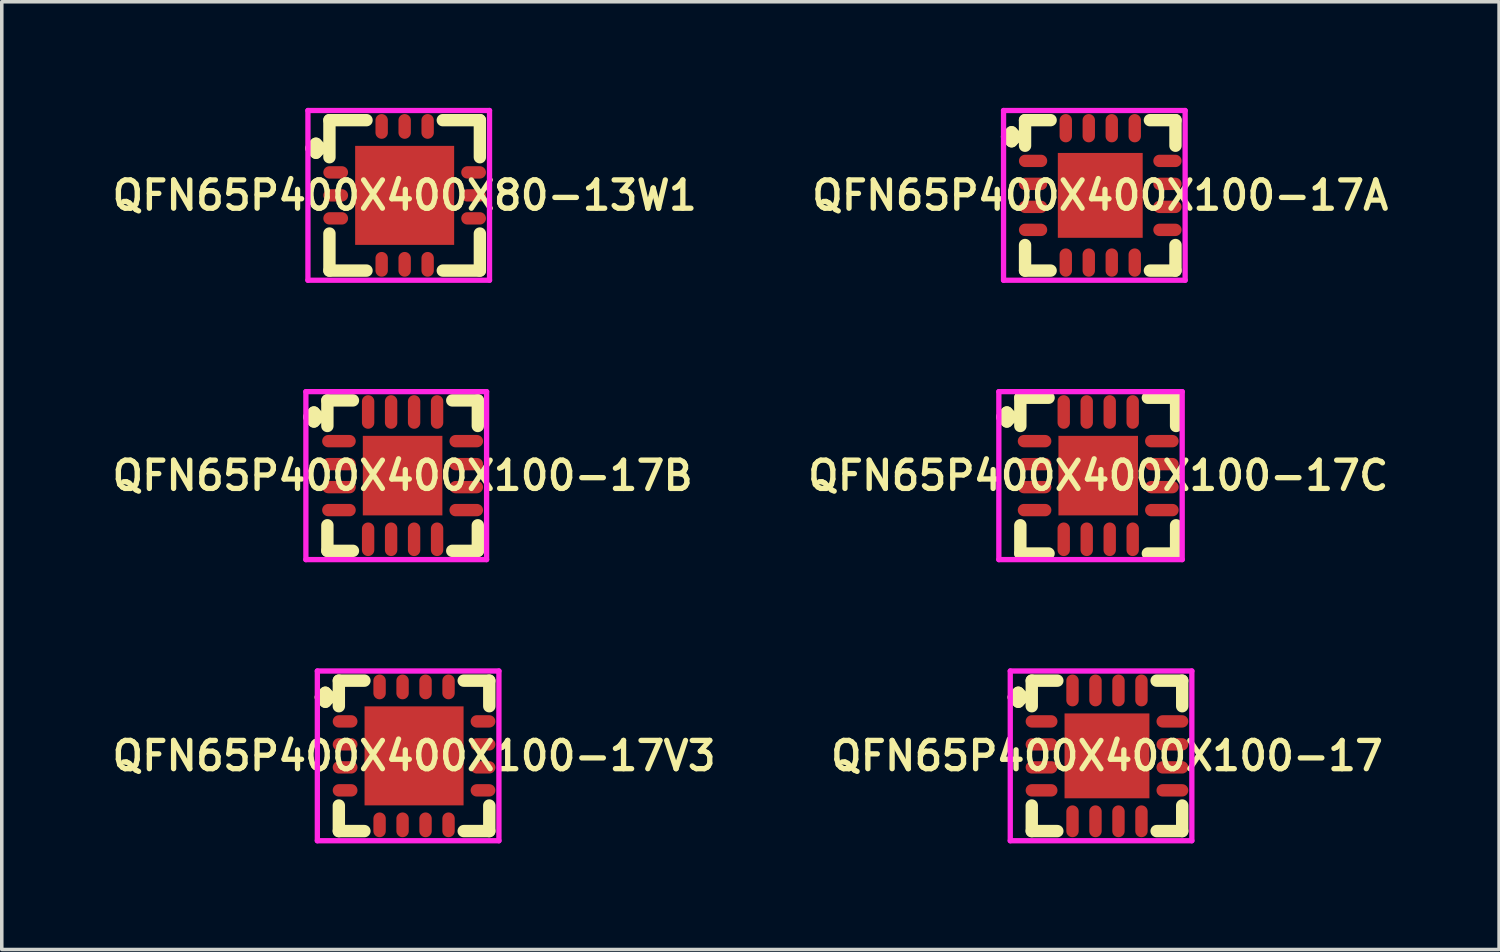
<source format=kicad_pcb>
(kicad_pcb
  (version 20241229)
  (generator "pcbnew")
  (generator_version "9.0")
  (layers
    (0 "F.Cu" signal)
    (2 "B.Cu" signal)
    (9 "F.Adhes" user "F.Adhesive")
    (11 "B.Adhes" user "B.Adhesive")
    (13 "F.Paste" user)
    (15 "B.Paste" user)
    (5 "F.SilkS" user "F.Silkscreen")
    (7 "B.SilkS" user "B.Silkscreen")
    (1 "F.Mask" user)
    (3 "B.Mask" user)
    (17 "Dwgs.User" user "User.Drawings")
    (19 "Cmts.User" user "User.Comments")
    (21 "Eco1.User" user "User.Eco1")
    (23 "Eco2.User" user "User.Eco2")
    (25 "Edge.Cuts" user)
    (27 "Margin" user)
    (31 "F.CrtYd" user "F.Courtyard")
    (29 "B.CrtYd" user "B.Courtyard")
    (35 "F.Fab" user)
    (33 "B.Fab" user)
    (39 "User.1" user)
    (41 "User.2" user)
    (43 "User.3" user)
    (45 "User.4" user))
  (footprint "QFN65P400X400X100-17A"
    (layer "F.Cu")
    (at 28.064 2.475)
    (property "Reference" "QFN65P400X400X100-17A" (at 0 0 0) (layer "F.SilkS") (effects (font (size 0.8 0.8) (thickness 0.15))))
    (attr through_hole)
    (fp_line (start -2.635 -1.658) (end -2.508 -1.785) (stroke (width 0.35) (type solid)) (layer "F.SilkS"))
    (fp_line (start -2.508 -1.785) (end -2.381 -1.658) (stroke (width 0.35) (type solid)) (layer "F.SilkS"))
    (fp_line (start -2.508 -1.531) (end -2.635 -1.658) (stroke (width 0.35) (type solid)) (layer "F.SilkS"))
    (fp_line (start -2.381 -1.658) (end -2.508 -1.531) (stroke (width 0.35) (type solid)) (layer "F.SilkS"))
    (fp_line (start -2.127 -2.127) (end -1.404 -2.127) (stroke (width 0.35) (type solid)) (layer "F.SilkS"))
    (fp_line (start -2.127 -1.404) (end -2.127 -2.127) (stroke (width 0.35) (type solid)) (layer "F.SilkS"))
    (fp_line (start -2.127 1.404) (end -2.127 2.127) (stroke (width 0.35) (type solid)) (layer "F.SilkS"))
    (fp_line (start -2.127 2.127) (end -1.404 2.127) (stroke (width 0.35) (type solid)) (layer "F.SilkS"))
    (fp_line (start 1.404 -2.127) (end 2.127 -2.127) (stroke (width 0.35) (type solid)) (layer "F.SilkS"))
    (fp_line (start 1.404 2.127) (end 2.127 2.127) (stroke (width 0.35) (type solid)) (layer "F.SilkS"))
    (fp_line (start 2.127 -2.127) (end 2.127 -1.404) (stroke (width 0.35) (type solid)) (layer "F.SilkS"))
    (fp_line (start 2.127 2.127) (end 2.127 1.404) (stroke (width 0.35) (type solid)) (layer "F.SilkS"))
    (fp_line (start -2.735 -2.4) (end 2.4 -2.4) (stroke (width 0.15) (type solid)) (layer "F.CrtYd"))
    (fp_line (start -2.735 2.4) (end -2.735 -2.4) (stroke (width 0.15) (type solid)) (layer "F.CrtYd"))
    (fp_line (start 2.4 -2.4) (end 2.4 2.4) (stroke (width 0.15) (type solid)) (layer "F.CrtYd"))
    (fp_line (start 2.4 2.4) (end -2.735 2.4) (stroke (width 0.15) (type solid)) (layer "F.CrtYd"))
    (pad "1" smd oval (at -1.9 -0.975) (size 0.8 0.35) (layers "F.Cu" "F.Mask" "F.Paste"))
    (pad "2" smd oval (at -1.9 -0.325) (size 0.8 0.35) (layers "F.Cu" "F.Mask" "F.Paste"))
    (pad "3" smd oval (at -1.9 0.325) (size 0.8 0.35) (layers "F.Cu" "F.Mask" "F.Paste"))
    (pad "4" smd oval (at -1.9 0.975) (size 0.8 0.35) (layers "F.Cu" "F.Mask" "F.Paste"))
    (pad "5" smd oval (at -0.975 1.9) (size 0.35 0.8) (layers "F.Cu" "F.Mask" "F.Paste"))
    (pad "6" smd oval (at -0.325 1.9) (size 0.35 0.8) (layers "F.Cu" "F.Mask" "F.Paste"))
    (pad "7" smd oval (at 0.325 1.9) (size 0.35 0.8) (layers "F.Cu" "F.Mask" "F.Paste"))
    (pad "8" smd oval (at 0.975 1.9) (size 0.35 0.8) (layers "F.Cu" "F.Mask" "F.Paste"))
    (pad "9" smd oval (at 1.9 0.975) (size 0.8 0.35) (layers "F.Cu" "F.Mask" "F.Paste"))
    (pad "10" smd oval (at 1.9 0.325) (size 0.8 0.35) (layers "F.Cu" "F.Mask" "F.Paste"))
    (pad "11" smd oval (at 1.9 -0.325) (size 0.8 0.35) (layers "F.Cu" "F.Mask" "F.Paste"))
    (pad "12" smd oval (at 1.9 -0.975) (size 0.8 0.35) (layers "F.Cu" "F.Mask" "F.Paste"))
    (pad "13" smd oval (at 0.975 -1.9) (size 0.35 0.8) (layers "F.Cu" "F.Mask" "F.Paste"))
    (pad "14" smd oval (at 0.325 -1.9) (size 0.35 0.8) (layers "F.Cu" "F.Mask" "F.Paste"))
    (pad "15" smd oval (at -0.325 -1.9) (size 0.35 0.8) (layers "F.Cu" "F.Mask" "F.Paste"))
    (pad "16" smd oval (at -0.975 -1.9) (size 0.35 0.8) (layers "F.Cu" "F.Mask" "F.Paste"))
    (pad "17" smd rect (at 0 0) (size 2.4 2.4) (layers "F.Cu" "F.Mask" "F.Paste")))
  (footprint "QFN65P400X400X100-17C"
    (layer "F.Cu")
    (at 28.006 10.4)
    (property "Reference" "QFN65P400X400X100-17C" (at 0 0 0) (layer "F.SilkS") (effects (font (size 0.8 0.8) (thickness 0.15))))
    (attr smd)
    (fp_line (start -2.71 -1.658) (end -2.583 -1.785) (stroke (width 0.35) (type solid)) (layer "F.SilkS"))
    (fp_line (start -2.583 -1.785) (end -2.456 -1.658) (stroke (width 0.35) (type solid)) (layer "F.SilkS"))
    (fp_line (start -2.583 -1.531) (end -2.71 -1.658) (stroke (width 0.35) (type solid)) (layer "F.SilkS"))
    (fp_line (start -2.456 -1.658) (end -2.583 -1.531) (stroke (width 0.35) (type solid)) (layer "F.SilkS"))
    (fp_line (start -2.202 -2.202) (end -1.404 -2.202) (stroke (width 0.35) (type solid)) (layer "F.SilkS"))
    (fp_line (start -2.202 -1.404) (end -2.202 -2.202) (stroke (width 0.35) (type solid)) (layer "F.SilkS"))
    (fp_line (start -2.202 1.404) (end -2.202 2.202) (stroke (width 0.35) (type solid)) (layer "F.SilkS"))
    (fp_line (start -2.202 2.202) (end -1.404 2.202) (stroke (width 0.35) (type solid)) (layer "F.SilkS"))
    (fp_line (start 1.404 -2.202) (end 2.202 -2.202) (stroke (width 0.35) (type solid)) (layer "F.SilkS"))
    (fp_line (start 1.404 2.202) (end 2.202 2.202) (stroke (width 0.35) (type solid)) (layer "F.SilkS"))
    (fp_line (start 2.202 -2.202) (end 2.202 -1.404) (stroke (width 0.35) (type solid)) (layer "F.SilkS"))
    (fp_line (start 2.202 2.202) (end 2.202 1.404) (stroke (width 0.35) (type solid)) (layer "F.SilkS"))
    (fp_line (start -2.81 -2.375) (end 2.375 -2.375) (stroke (width 0.15) (type solid)) (layer "F.CrtYd"))
    (fp_line (start -2.81 2.375) (end -2.81 -2.375) (stroke (width 0.15) (type solid)) (layer "F.CrtYd"))
    (fp_line (start 2.375 -2.375) (end 2.375 2.375) (stroke (width 0.15) (type solid)) (layer "F.CrtYd"))
    (fp_line (start 2.375 2.375) (end -2.81 2.375) (stroke (width 0.15) (type solid)) (layer "F.CrtYd"))
    (pad "1" smd oval (at -1.8 -0.975) (size 0.95 0.35) (layers "F.Cu" "F.Mask" "F.Paste"))
    (pad "2" smd oval (at -1.8 -0.325) (size 0.95 0.35) (layers "F.Cu" "F.Mask" "F.Paste"))
    (pad "3" smd oval (at -1.8 0.325) (size 0.95 0.35) (layers "F.Cu" "F.Mask" "F.Paste"))
    (pad "4" smd oval (at -1.8 0.975) (size 0.95 0.35) (layers "F.Cu" "F.Mask" "F.Paste"))
    (pad "5" smd oval (at -0.975 1.8) (size 0.35 0.95) (layers "F.Cu" "F.Mask" "F.Paste"))
    (pad "6" smd oval (at -0.325 1.8) (size 0.35 0.95) (layers "F.Cu" "F.Mask" "F.Paste"))
    (pad "7" smd oval (at 0.325 1.8) (size 0.35 0.95) (layers "F.Cu" "F.Mask" "F.Paste"))
    (pad "8" smd oval (at 0.975 1.8) (size 0.35 0.95) (layers "F.Cu" "F.Mask" "F.Paste"))
    (pad "9" smd oval (at 1.8 0.975) (size 0.95 0.35) (layers "F.Cu" "F.Mask" "F.Paste"))
    (pad "10" smd oval (at 1.8 0.325) (size 0.95 0.35) (layers "F.Cu" "F.Mask" "F.Paste"))
    (pad "11" smd oval (at 1.8 -0.325) (size 0.95 0.35) (layers "F.Cu" "F.Mask" "F.Paste"))
    (pad "12" smd oval (at 1.8 -0.975) (size 0.95 0.35) (layers "F.Cu" "F.Mask" "F.Paste"))
    (pad "13" smd oval (at 0.975 -1.8) (size 0.35 0.95) (layers "F.Cu" "F.Mask" "F.Paste"))
    (pad "14" smd oval (at 0.325 -1.8) (size 0.35 0.95) (layers "F.Cu" "F.Mask" "F.Paste"))
    (pad "15" smd oval (at -0.325 -1.8) (size 0.35 0.95) (layers "F.Cu" "F.Mask" "F.Paste"))
    (pad "16" smd oval (at -0.975 -1.8) (size 0.35 0.95) (layers "F.Cu" "F.Mask" "F.Paste"))
    (pad "17" smd rect (at 0 0) (size 2.25 2.25) (layers "F.Cu" "F.Mask" "F.Paste")))
  (footprint "QFN65P400X400X100-17V3"
    (layer "F.Cu")
    (at 8.659 18.325)
    (property "Reference" "QFN65P400X400X100-17V3" (at 0 0 0) (layer "F.SilkS") (effects (font (size 0.8 0.8) (thickness 0.15))))
    (attr through_hole)
    (fp_line (start -2.635 -1.658) (end -2.508 -1.785) (stroke (width 0.35) (type solid)) (layer "F.SilkS"))
    (fp_line (start -2.508 -1.785) (end -2.381 -1.658) (stroke (width 0.35) (type solid)) (layer "F.SilkS"))
    (fp_line (start -2.508 -1.531) (end -2.635 -1.658) (stroke (width 0.35) (type solid)) (layer "F.SilkS"))
    (fp_line (start -2.381 -1.658) (end -2.508 -1.531) (stroke (width 0.35) (type solid)) (layer "F.SilkS"))
    (fp_line (start -2.127 -2.127) (end -1.404 -2.127) (stroke (width 0.35) (type solid)) (layer "F.SilkS"))
    (fp_line (start -2.127 -1.404) (end -2.127 -2.127) (stroke (width 0.35) (type solid)) (layer "F.SilkS"))
    (fp_line (start -2.127 1.404) (end -2.127 2.127) (stroke (width 0.35) (type solid)) (layer "F.SilkS"))
    (fp_line (start -2.127 2.127) (end -1.404 2.127) (stroke (width 0.35) (type solid)) (layer "F.SilkS"))
    (fp_line (start 1.404 -2.127) (end 2.127 -2.127) (stroke (width 0.35) (type solid)) (layer "F.SilkS"))
    (fp_line (start 1.404 2.127) (end 2.127 2.127) (stroke (width 0.35) (type solid)) (layer "F.SilkS"))
    (fp_line (start 2.127 -2.127) (end 2.127 -1.404) (stroke (width 0.35) (type solid)) (layer "F.SilkS"))
    (fp_line (start 2.127 2.127) (end 2.127 1.404) (stroke (width 0.35) (type solid)) (layer "F.SilkS"))
    (fp_line (start -2.735 -2.4) (end 2.4 -2.4) (stroke (width 0.15) (type solid)) (layer "F.CrtYd"))
    (fp_line (start -2.735 2.4) (end -2.735 -2.4) (stroke (width 0.15) (type solid)) (layer "F.CrtYd"))
    (fp_line (start 2.4 -2.4) (end 2.4 2.4) (stroke (width 0.15) (type solid)) (layer "F.CrtYd"))
    (fp_line (start 2.4 2.4) (end -2.735 2.4) (stroke (width 0.15) (type solid)) (layer "F.CrtYd"))
    (pad "1" smd oval (at -1.95 -0.975) (size 0.7 0.35) (layers "F.Cu" "F.Mask" "F.Paste"))
    (pad "2" smd oval (at -1.95 -0.325) (size 0.7 0.35) (layers "F.Cu" "F.Mask" "F.Paste"))
    (pad "3" smd oval (at -1.95 0.325) (size 0.7 0.35) (layers "F.Cu" "F.Mask" "F.Paste"))
    (pad "4" smd oval (at -1.95 0.975) (size 0.7 0.35) (layers "F.Cu" "F.Mask" "F.Paste"))
    (pad "5" smd oval (at -0.975 1.95) (size 0.35 0.7) (layers "F.Cu" "F.Mask" "F.Paste"))
    (pad "6" smd oval (at -0.325 1.95) (size 0.35 0.7) (layers "F.Cu" "F.Mask" "F.Paste"))
    (pad "7" smd oval (at 0.325 1.95) (size 0.35 0.7) (layers "F.Cu" "F.Mask" "F.Paste"))
    (pad "8" smd oval (at 0.975 1.95) (size 0.35 0.7) (layers "F.Cu" "F.Mask" "F.Paste"))
    (pad "9" smd oval (at 1.95 0.975) (size 0.7 0.35) (layers "F.Cu" "F.Mask" "F.Paste"))
    (pad "10" smd oval (at 1.95 0.325) (size 0.7 0.35) (layers "F.Cu" "F.Mask" "F.Paste"))
    (pad "11" smd oval (at 1.95 -0.325) (size 0.7 0.35) (layers "F.Cu" "F.Mask" "F.Paste"))
    (pad "12" smd oval (at 1.95 -0.975) (size 0.7 0.35) (layers "F.Cu" "F.Mask" "F.Paste"))
    (pad "13" smd oval (at 0.975 -1.95) (size 0.35 0.7) (layers "F.Cu" "F.Mask" "F.Paste"))
    (pad "14" smd oval (at 0.325 -1.95) (size 0.35 0.7) (layers "F.Cu" "F.Mask" "F.Paste"))
    (pad "15" smd oval (at -0.325 -1.95) (size 0.35 0.7) (layers "F.Cu" "F.Mask" "F.Paste"))
    (pad "16" smd oval (at -0.975 -1.95) (size 0.35 0.7) (layers "F.Cu" "F.Mask" "F.Paste"))
    (pad "17" smd rect (at 0 0) (size 2.8 2.8) (layers "F.Cu" "F.Mask" "F.Paste")))
  (footprint "QFN65P400X400X80-13W1"
    (layer "F.Cu")
    (at 8.393 2.475)
    (property "Reference" "QFN65P400X400X80-13W1" (at 0 0 0) (layer "F.SilkS") (effects (font (size 0.8 0.8) (thickness 0.15))))
    (attr smd)
    (fp_line (start -2.635 -1.333) (end -2.508 -1.46) (stroke (width 0.35) (type solid)) (layer "F.SilkS"))
    (fp_line (start -2.508 -1.46) (end -2.381 -1.333) (stroke (width 0.35) (type solid)) (layer "F.SilkS"))
    (fp_line (start -2.508 -1.206) (end -2.635 -1.333) (stroke (width 0.35) (type solid)) (layer "F.SilkS"))
    (fp_line (start -2.381 -1.333) (end -2.508 -1.206) (stroke (width 0.35) (type solid)) (layer "F.SilkS"))
    (fp_line (start -2.127 -2.127) (end -1.079 -2.127) (stroke (width 0.35) (type solid)) (layer "F.SilkS"))
    (fp_line (start -2.127 -1.079) (end -2.127 -2.127) (stroke (width 0.35) (type solid)) (layer "F.SilkS"))
    (fp_line (start -2.127 1.079) (end -2.127 2.127) (stroke (width 0.35) (type solid)) (layer "F.SilkS"))
    (fp_line (start -2.127 2.127) (end -1.079 2.127) (stroke (width 0.35) (type solid)) (layer "F.SilkS"))
    (fp_line (start 1.079 -2.127) (end 2.127 -2.127) (stroke (width 0.35) (type solid)) (layer "F.SilkS"))
    (fp_line (start 1.079 2.127) (end 2.127 2.127) (stroke (width 0.35) (type solid)) (layer "F.SilkS"))
    (fp_line (start 2.127 -2.127) (end 2.127 -1.079) (stroke (width 0.35) (type solid)) (layer "F.SilkS"))
    (fp_line (start 2.127 2.127) (end 2.127 1.079) (stroke (width 0.35) (type solid)) (layer "F.SilkS"))
    (fp_line (start -2.735 -2.4) (end 2.4 -2.4) (stroke (width 0.15) (type solid)) (layer "F.CrtYd"))
    (fp_line (start -2.735 2.4) (end -2.735 -2.4) (stroke (width 0.15) (type solid)) (layer "F.CrtYd"))
    (fp_line (start 2.4 -2.4) (end 2.4 2.4) (stroke (width 0.15) (type solid)) (layer "F.CrtYd"))
    (fp_line (start 2.4 2.4) (end -2.735 2.4) (stroke (width 0.15) (type solid)) (layer "F.CrtYd"))
    (pad "1" smd oval (at -1.95 -0.65) (size 0.7 0.35) (layers "F.Cu" "F.Mask" "F.Paste"))
    (pad "2" smd oval (at -1.95 0) (size 0.7 0.35) (layers "F.Cu" "F.Mask" "F.Paste"))
    (pad "3" smd oval (at -1.95 0.65) (size 0.7 0.35) (layers "F.Cu" "F.Mask" "F.Paste"))
    (pad "4" smd oval (at -0.65 1.95) (size 0.35 0.7) (layers "F.Cu" "F.Mask" "F.Paste"))
    (pad "5" smd oval (at 0 1.95) (size 0.35 0.7) (layers "F.Cu" "F.Mask" "F.Paste"))
    (pad "6" smd oval (at 0.65 1.95) (size 0.35 0.7) (layers "F.Cu" "F.Mask" "F.Paste"))
    (pad "7" smd oval (at 1.95 0.65) (size 0.7 0.35) (layers "F.Cu" "F.Mask" "F.Paste"))
    (pad "8" smd oval (at 1.95 0) (size 0.7 0.35) (layers "F.Cu" "F.Mask" "F.Paste"))
    (pad "9" smd oval (at 1.95 -0.65) (size 0.7 0.35) (layers "F.Cu" "F.Mask" "F.Paste"))
    (pad "10" smd oval (at 0.65 -1.95) (size 0.35 0.7) (layers "F.Cu" "F.Mask" "F.Paste"))
    (pad "11" smd oval (at 0 -1.95) (size 0.35 0.7) (layers "F.Cu" "F.Mask" "F.Paste"))
    (pad "12" smd oval (at -0.65 -1.95) (size 0.35 0.7) (layers "F.Cu" "F.Mask" "F.Paste"))
    (pad "13" smd rect (at 0 0) (size 2.8 2.8) (layers "F.Cu" "F.Mask" "F.Paste")))
  (footprint "QFN65P400X400X100-17B"
    (layer "F.Cu")
    (at 8.335 10.4)
    (property "Reference" "QFN65P400X400X100-17B" (at 0 0 0) (layer "F.SilkS") (effects (font (size 0.8 0.8) (thickness 0.15))))
    (attr smd)
    (fp_line (start -2.635 -1.658) (end -2.508 -1.785) (stroke (width 0.35) (type solid)) (layer "F.SilkS"))
    (fp_line (start -2.508 -1.785) (end -2.381 -1.658) (stroke (width 0.35) (type solid)) (layer "F.SilkS"))
    (fp_line (start -2.508 -1.531) (end -2.635 -1.658) (stroke (width 0.35) (type solid)) (layer "F.SilkS"))
    (fp_line (start -2.381 -1.658) (end -2.508 -1.531) (stroke (width 0.35) (type solid)) (layer "F.SilkS"))
    (fp_line (start -2.127 -2.127) (end -1.404 -2.127) (stroke (width 0.35) (type solid)) (layer "F.SilkS"))
    (fp_line (start -2.127 -1.404) (end -2.127 -2.127) (stroke (width 0.35) (type solid)) (layer "F.SilkS"))
    (fp_line (start -2.127 1.404) (end -2.127 2.127) (stroke (width 0.35) (type solid)) (layer "F.SilkS"))
    (fp_line (start -2.127 2.127) (end -1.404 2.127) (stroke (width 0.35) (type solid)) (layer "F.SilkS"))
    (fp_line (start 1.404 -2.127) (end 2.127 -2.127) (stroke (width 0.35) (type solid)) (layer "F.SilkS"))
    (fp_line (start 1.404 2.127) (end 2.127 2.127) (stroke (width 0.35) (type solid)) (layer "F.SilkS"))
    (fp_line (start 2.127 -2.127) (end 2.127 -1.404) (stroke (width 0.35) (type solid)) (layer "F.SilkS"))
    (fp_line (start 2.127 2.127) (end 2.127 1.404) (stroke (width 0.35) (type solid)) (layer "F.SilkS"))
    (fp_line (start -2.735 -2.375) (end 2.375 -2.375) (stroke (width 0.15) (type solid)) (layer "F.CrtYd"))
    (fp_line (start -2.735 2.375) (end -2.735 -2.375) (stroke (width 0.15) (type solid)) (layer "F.CrtYd"))
    (fp_line (start 2.375 -2.375) (end 2.375 2.375) (stroke (width 0.15) (type solid)) (layer "F.CrtYd"))
    (fp_line (start 2.375 2.375) (end -2.735 2.375) (stroke (width 0.15) (type solid)) (layer "F.CrtYd"))
    (pad "1" smd oval (at -1.8 -0.975) (size 0.95 0.35) (layers "F.Cu" "F.Mask" "F.Paste"))
    (pad "2" smd oval (at -1.8 -0.325) (size 0.95 0.35) (layers "F.Cu" "F.Mask" "F.Paste"))
    (pad "3" smd oval (at -1.8 0.325) (size 0.95 0.35) (layers "F.Cu" "F.Mask" "F.Paste"))
    (pad "4" smd oval (at -1.8 0.975) (size 0.95 0.35) (layers "F.Cu" "F.Mask" "F.Paste"))
    (pad "5" smd oval (at -0.975 1.8) (size 0.35 0.95) (layers "F.Cu" "F.Mask" "F.Paste"))
    (pad "6" smd oval (at -0.325 1.8) (size 0.35 0.95) (layers "F.Cu" "F.Mask" "F.Paste"))
    (pad "7" smd oval (at 0.325 1.8) (size 0.35 0.95) (layers "F.Cu" "F.Mask" "F.Paste"))
    (pad "8" smd oval (at 0.975 1.8) (size 0.35 0.95) (layers "F.Cu" "F.Mask" "F.Paste"))
    (pad "9" smd oval (at 1.8 0.975) (size 0.95 0.35) (layers "F.Cu" "F.Mask" "F.Paste"))
    (pad "10" smd oval (at 1.8 0.325) (size 0.95 0.35) (layers "F.Cu" "F.Mask" "F.Paste"))
    (pad "11" smd oval (at 1.8 -0.325) (size 0.95 0.35) (layers "F.Cu" "F.Mask" "F.Paste"))
    (pad "12" smd oval (at 1.8 -0.975) (size 0.95 0.35) (layers "F.Cu" "F.Mask" "F.Paste"))
    (pad "13" smd oval (at 0.975 -1.8) (size 0.35 0.95) (layers "F.Cu" "F.Mask" "F.Paste"))
    (pad "14" smd oval (at 0.325 -1.8) (size 0.35 0.95) (layers "F.Cu" "F.Mask" "F.Paste"))
    (pad "15" smd oval (at -0.325 -1.8) (size 0.35 0.95) (layers "F.Cu" "F.Mask" "F.Paste"))
    (pad "16" smd oval (at -0.975 -1.8) (size 0.35 0.95) (layers "F.Cu" "F.Mask" "F.Paste"))
    (pad "17" smd rect (at 0 0) (size 2.25 2.25) (layers "F.Cu" "F.Mask" "F.Paste")))
  (footprint "QFN65P400X400X100-17"
    (layer "F.Cu")
    (at 28.254 18.325)
    (property "Reference" "QFN65P400X400X100-17" (at 0 0 0) (layer "F.SilkS") (effects (font (size 0.8 0.8) (thickness 0.15))))
    (attr smd)
    (fp_line (start -2.635 -1.658) (end -2.508 -1.785) (stroke (width 0.35) (type solid)) (layer "F.SilkS"))
    (fp_line (start -2.508 -1.785) (end -2.381 -1.658) (stroke (width 0.35) (type solid)) (layer "F.SilkS"))
    (fp_line (start -2.508 -1.531) (end -2.635 -1.658) (stroke (width 0.35) (type solid)) (layer "F.SilkS"))
    (fp_line (start -2.381 -1.658) (end -2.508 -1.531) (stroke (width 0.35) (type solid)) (layer "F.SilkS"))
    (fp_line (start -2.127 -2.127) (end -1.404 -2.127) (stroke (width 0.35) (type solid)) (layer "F.SilkS"))
    (fp_line (start -2.127 -1.404) (end -2.127 -2.127) (stroke (width 0.35) (type solid)) (layer "F.SilkS"))
    (fp_line (start -2.127 1.404) (end -2.127 2.127) (stroke (width 0.35) (type solid)) (layer "F.SilkS"))
    (fp_line (start -2.127 2.127) (end -1.404 2.127) (stroke (width 0.35) (type solid)) (layer "F.SilkS"))
    (fp_line (start 1.404 -2.127) (end 2.127 -2.127) (stroke (width 0.35) (type solid)) (layer "F.SilkS"))
    (fp_line (start 1.404 2.127) (end 2.127 2.127) (stroke (width 0.35) (type solid)) (layer "F.SilkS"))
    (fp_line (start 2.127 -2.127) (end 2.127 -1.404) (stroke (width 0.35) (type solid)) (layer "F.SilkS"))
    (fp_line (start 2.127 2.127) (end 2.127 1.404) (stroke (width 0.35) (type solid)) (layer "F.SilkS"))
    (fp_line (start -2.735 -2.4) (end 2.4 -2.4) (stroke (width 0.15) (type solid)) (layer "F.CrtYd"))
    (fp_line (start -2.735 2.4) (end -2.735 -2.4) (stroke (width 0.15) (type solid)) (layer "F.CrtYd"))
    (fp_line (start 2.4 -2.4) (end 2.4 2.4) (stroke (width 0.15) (type solid)) (layer "F.CrtYd"))
    (fp_line (start 2.4 2.4) (end -2.735 2.4) (stroke (width 0.15) (type solid)) (layer "F.CrtYd"))
    (pad "1" smd oval (at -1.85 -0.975) (size 0.9 0.35) (layers "F.Cu" "F.Mask" "F.Paste"))
    (pad "2" smd oval (at -1.85 -0.325) (size 0.9 0.35) (layers "F.Cu" "F.Mask" "F.Paste"))
    (pad "3" smd oval (at -1.85 0.325) (size 0.9 0.35) (layers "F.Cu" "F.Mask" "F.Paste"))
    (pad "4" smd oval (at -1.85 0.975) (size 0.9 0.35) (layers "F.Cu" "F.Mask" "F.Paste"))
    (pad "5" smd oval (at -0.975 1.85) (size 0.35 0.9) (layers "F.Cu" "F.Mask" "F.Paste"))
    (pad "6" smd oval (at -0.325 1.85) (size 0.35 0.9) (layers "F.Cu" "F.Mask" "F.Paste"))
    (pad "7" smd oval (at 0.325 1.85) (size 0.35 0.9) (layers "F.Cu" "F.Mask" "F.Paste"))
    (pad "8" smd oval (at 0.975 1.85) (size 0.35 0.9) (layers "F.Cu" "F.Mask" "F.Paste"))
    (pad "9" smd oval (at 1.85 0.975) (size 0.9 0.35) (layers "F.Cu" "F.Mask" "F.Paste"))
    (pad "10" smd oval (at 1.85 0.325) (size 0.9 0.35) (layers "F.Cu" "F.Mask" "F.Paste"))
    (pad "11" smd oval (at 1.85 -0.325) (size 0.9 0.35) (layers "F.Cu" "F.Mask" "F.Paste"))
    (pad "12" smd oval (at 1.85 -0.975) (size 0.9 0.35) (layers "F.Cu" "F.Mask" "F.Paste"))
    (pad "13" smd oval (at 0.975 -1.85) (size 0.35 0.9) (layers "F.Cu" "F.Mask" "F.Paste"))
    (pad "14" smd oval (at 0.325 -1.85) (size 0.35 0.9) (layers "F.Cu" "F.Mask" "F.Paste"))
    (pad "15" smd oval (at -0.325 -1.85) (size 0.35 0.9) (layers "F.Cu" "F.Mask" "F.Paste"))
    (pad "16" smd oval (at -0.975 -1.85) (size 0.35 0.9) (layers "F.Cu" "F.Mask" "F.Paste"))
    (pad "17" smd rect (at 0 0) (size 2.4 2.4) (layers "F.Cu" "F.Mask" "F.Paste")))
  (gr_rect
    (start -3 -3)
    (end 39.342 23.8)
    (stroke (width 0.1) (type default))
    (fill no)
    (layer "Edge.Cuts")))
</source>
